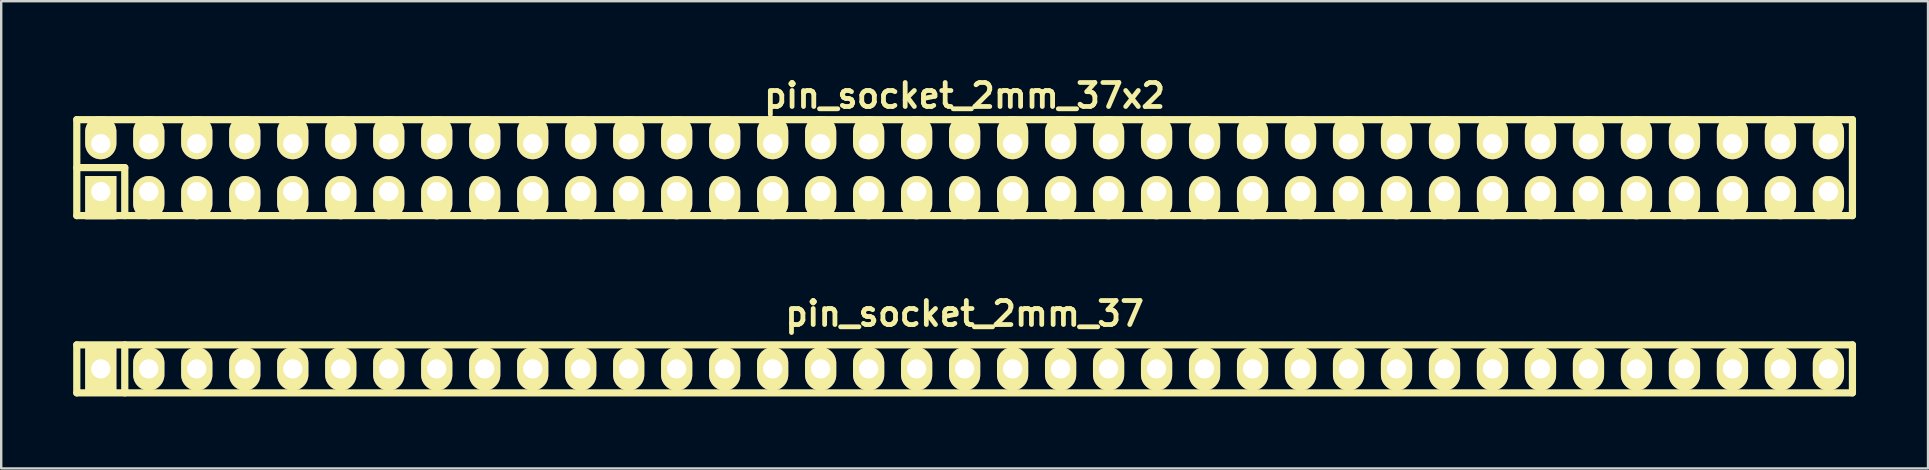
<source format=kicad_pcb>
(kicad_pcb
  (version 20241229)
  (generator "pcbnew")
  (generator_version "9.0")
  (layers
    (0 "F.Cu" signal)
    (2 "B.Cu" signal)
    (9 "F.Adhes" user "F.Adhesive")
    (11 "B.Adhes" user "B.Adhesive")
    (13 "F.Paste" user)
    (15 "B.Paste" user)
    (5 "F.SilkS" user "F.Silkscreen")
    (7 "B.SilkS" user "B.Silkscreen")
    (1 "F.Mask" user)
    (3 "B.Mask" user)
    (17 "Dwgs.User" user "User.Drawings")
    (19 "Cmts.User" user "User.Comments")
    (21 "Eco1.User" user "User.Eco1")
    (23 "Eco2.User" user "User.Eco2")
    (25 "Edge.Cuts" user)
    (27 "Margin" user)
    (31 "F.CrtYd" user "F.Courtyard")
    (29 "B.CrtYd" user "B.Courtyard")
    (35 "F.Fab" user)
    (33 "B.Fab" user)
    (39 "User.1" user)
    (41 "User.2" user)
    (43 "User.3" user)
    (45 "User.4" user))
  (footprint "pin_socket_2mm_37x2"
    (layer "F.Cu")
    (at 37.15 3.936)
    (property "Reference" "pin_socket_2mm_37x2" (at 0 -3 0) (layer "F.SilkS") (effects (font (size 1 1) (thickness 0.2))))
    (attr through_hole)
    (fp_line (start -37 -2) (end 37 -2) (stroke (width 0.3) (type solid)) (layer "F.SilkS"))
    (fp_line (start -37 0) (end -35 0) (stroke (width 0.3) (type solid)) (layer "F.SilkS"))
    (fp_line (start -37 2) (end -37 -2) (stroke (width 0.3) (type solid)) (layer "F.SilkS"))
    (fp_line (start -35 0) (end -35 2) (stroke (width 0.3) (type solid)) (layer "F.SilkS"))
    (fp_line (start 37 -2) (end 37 2) (stroke (width 0.3) (type solid)) (layer "F.SilkS"))
    (fp_line (start 37 2) (end -37 2) (stroke (width 0.3) (type solid)) (layer "F.SilkS"))
    (pad "1" thru_hole rect (at -36 1) (size 1.3 1.8) (drill 0.8 (offset 0 0.25)) (layers "*.Cu" "*.Mask" "F.SilkS"))
    (pad "2" thru_hole oval (at -36 -1) (size 1.3 1.8) (drill 0.8 (offset 0 -0.25)) (layers "*.Cu" "*.Mask" "F.SilkS"))
    (pad "3" thru_hole oval (at -34 1) (size 1.3 1.8) (drill 0.8 (offset 0 0.25)) (layers "*.Cu" "*.Mask" "F.SilkS"))
    (pad "4" thru_hole oval (at -34 -1) (size 1.3 1.8) (drill 0.8 (offset 0 -0.25)) (layers "*.Cu" "*.Mask" "F.SilkS"))
    (pad "5" thru_hole oval (at -32 1) (size 1.3 1.8) (drill 0.8 (offset 0 0.25)) (layers "*.Cu" "*.Mask" "F.SilkS"))
    (pad "6" thru_hole oval (at -32 -1) (size 1.3 1.8) (drill 0.8 (offset 0 -0.25)) (layers "*.Cu" "*.Mask" "F.SilkS"))
    (pad "7" thru_hole oval (at -30 1) (size 1.3 1.8) (drill 0.8 (offset 0 0.25)) (layers "*.Cu" "*.Mask" "F.SilkS"))
    (pad "8" thru_hole oval (at -30 -1) (size 1.3 1.8) (drill 0.8 (offset 0 -0.25)) (layers "*.Cu" "*.Mask" "F.SilkS"))
    (pad "9" thru_hole oval (at -28 1) (size 1.3 1.8) (drill 0.8 (offset 0 0.25)) (layers "*.Cu" "*.Mask" "F.SilkS"))
    (pad "10" thru_hole oval (at -28 -1) (size 1.3 1.8) (drill 0.8 (offset 0 -0.25)) (layers "*.Cu" "*.Mask" "F.SilkS"))
    (pad "11" thru_hole oval (at -26 1) (size 1.3 1.8) (drill 0.8 (offset 0 0.25)) (layers "*.Cu" "*.Mask" "F.SilkS"))
    (pad "12" thru_hole oval (at -26 -1) (size 1.3 1.8) (drill 0.8 (offset 0 -0.25)) (layers "*.Cu" "*.Mask" "F.SilkS"))
    (pad "13" thru_hole oval (at -24 1) (size 1.3 1.8) (drill 0.8 (offset 0 0.25)) (layers "*.Cu" "*.Mask" "F.SilkS"))
    (pad "14" thru_hole oval (at -24 -1) (size 1.3 1.8) (drill 0.8 (offset 0 -0.25)) (layers "*.Cu" "*.Mask" "F.SilkS"))
    (pad "15" thru_hole oval (at -22 1) (size 1.3 1.8) (drill 0.8 (offset 0 0.25)) (layers "*.Cu" "*.Mask" "F.SilkS"))
    (pad "16" thru_hole oval (at -22 -1) (size 1.3 1.8) (drill 0.8 (offset 0 -0.25)) (layers "*.Cu" "*.Mask" "F.SilkS"))
    (pad "17" thru_hole oval (at -20 1) (size 1.3 1.8) (drill 0.8 (offset 0 0.25)) (layers "*.Cu" "*.Mask" "F.SilkS"))
    (pad "18" thru_hole oval (at -20 -1) (size 1.3 1.8) (drill 0.8 (offset 0 -0.25)) (layers "*.Cu" "*.Mask" "F.SilkS"))
    (pad "19" thru_hole oval (at -18 1) (size 1.3 1.8) (drill 0.8 (offset 0 0.25)) (layers "*.Cu" "*.Mask" "F.SilkS"))
    (pad "20" thru_hole oval (at -18 -1) (size 1.3 1.8) (drill 0.8 (offset 0 -0.25)) (layers "*.Cu" "*.Mask" "F.SilkS"))
    (pad "21" thru_hole oval (at -16 1) (size 1.3 1.8) (drill 0.8 (offset 0 0.25)) (layers "*.Cu" "*.Mask" "F.SilkS"))
    (pad "22" thru_hole oval (at -16 -1) (size 1.3 1.8) (drill 0.8 (offset 0 -0.25)) (layers "*.Cu" "*.Mask" "F.SilkS"))
    (pad "23" thru_hole oval (at -14 1) (size 1.3 1.8) (drill 0.8 (offset 0 0.25)) (layers "*.Cu" "*.Mask" "F.SilkS"))
    (pad "24" thru_hole oval (at -14 -1) (size 1.3 1.8) (drill 0.8 (offset 0 -0.25)) (layers "*.Cu" "*.Mask" "F.SilkS"))
    (pad "25" thru_hole oval (at -12 1) (size 1.3 1.8) (drill 0.8 (offset 0 0.25)) (layers "*.Cu" "*.Mask" "F.SilkS"))
    (pad "26" thru_hole oval (at -12 -1) (size 1.3 1.8) (drill 0.8 (offset 0 -0.25)) (layers "*.Cu" "*.Mask" "F.SilkS"))
    (pad "27" thru_hole oval (at -10 1) (size 1.3 1.8) (drill 0.8 (offset 0 0.25)) (layers "*.Cu" "*.Mask" "F.SilkS"))
    (pad "28" thru_hole oval (at -10 -1) (size 1.3 1.8) (drill 0.8 (offset 0 -0.25)) (layers "*.Cu" "*.Mask" "F.SilkS"))
    (pad "29" thru_hole oval (at -8 1) (size 1.3 1.8) (drill 0.8 (offset 0 0.25)) (layers "*.Cu" "*.Mask" "F.SilkS"))
    (pad "30" thru_hole oval (at -8 -1) (size 1.3 1.8) (drill 0.8 (offset 0 -0.25)) (layers "*.Cu" "*.Mask" "F.SilkS"))
    (pad "31" thru_hole oval (at -6 1) (size 1.3 1.8) (drill 0.8 (offset 0 0.25)) (layers "*.Cu" "*.Mask" "F.SilkS"))
    (pad "32" thru_hole oval (at -6 -1) (size 1.3 1.8) (drill 0.8 (offset 0 -0.25)) (layers "*.Cu" "*.Mask" "F.SilkS"))
    (pad "33" thru_hole oval (at -4 1) (size 1.3 1.8) (drill 0.8 (offset 0 0.25)) (layers "*.Cu" "*.Mask" "F.SilkS"))
    (pad "34" thru_hole oval (at -4 -1) (size 1.3 1.8) (drill 0.8 (offset 0 -0.25)) (layers "*.Cu" "*.Mask" "F.SilkS"))
    (pad "35" thru_hole oval (at -2 1) (size 1.3 1.8) (drill 0.8 (offset 0 0.25)) (layers "*.Cu" "*.Mask" "F.SilkS"))
    (pad "36" thru_hole oval (at -2 -1) (size 1.3 1.8) (drill 0.8 (offset 0 -0.25)) (layers "*.Cu" "*.Mask" "F.SilkS"))
    (pad "37" thru_hole oval (at 0 1) (size 1.3 1.8) (drill 0.8 (offset 0 0.25)) (layers "*.Cu" "*.Mask" "F.SilkS"))
    (pad "38" thru_hole oval (at 0 -1) (size 1.3 1.8) (drill 0.8 (offset 0 -0.25)) (layers "*.Cu" "*.Mask" "F.SilkS"))
    (pad "39" thru_hole oval (at 2 1) (size 1.3 1.8) (drill 0.8 (offset 0 0.25)) (layers "*.Cu" "*.Mask" "F.SilkS"))
    (pad "40" thru_hole oval (at 2 -1) (size 1.3 1.8) (drill 0.8 (offset 0 -0.25)) (layers "*.Cu" "*.Mask" "F.SilkS"))
    (pad "41" thru_hole oval (at 4 1) (size 1.3 1.8) (drill 0.8 (offset 0 0.25)) (layers "*.Cu" "*.Mask" "F.SilkS"))
    (pad "42" thru_hole oval (at 4 -1) (size 1.3 1.8) (drill 0.8 (offset 0 -0.25)) (layers "*.Cu" "*.Mask" "F.SilkS"))
    (pad "43" thru_hole oval (at 6 1) (size 1.3 1.8) (drill 0.8 (offset 0 0.25)) (layers "*.Cu" "*.Mask" "F.SilkS"))
    (pad "44" thru_hole oval (at 6 -1) (size 1.3 1.8) (drill 0.8 (offset 0 -0.25)) (layers "*.Cu" "*.Mask" "F.SilkS"))
    (pad "45" thru_hole oval (at 8 1) (size 1.3 1.8) (drill 0.8 (offset 0 0.25)) (layers "*.Cu" "*.Mask" "F.SilkS"))
    (pad "46" thru_hole oval (at 8 -1) (size 1.3 1.8) (drill 0.8 (offset 0 -0.25)) (layers "*.Cu" "*.Mask" "F.SilkS"))
    (pad "47" thru_hole oval (at 10 1) (size 1.3 1.8) (drill 0.8 (offset 0 0.25)) (layers "*.Cu" "*.Mask" "F.SilkS"))
    (pad "48" thru_hole oval (at 10 -1) (size 1.3 1.8) (drill 0.8 (offset 0 -0.25)) (layers "*.Cu" "*.Mask" "F.SilkS"))
    (pad "49" thru_hole oval (at 12 1) (size 1.3 1.8) (drill 0.8 (offset 0 0.25)) (layers "*.Cu" "*.Mask" "F.SilkS"))
    (pad "50" thru_hole oval (at 12 -1) (size 1.3 1.8) (drill 0.8 (offset 0 -0.25)) (layers "*.Cu" "*.Mask" "F.SilkS"))
    (pad "51" thru_hole oval (at 14 1) (size 1.3 1.8) (drill 0.8 (offset 0 0.25)) (layers "*.Cu" "*.Mask" "F.SilkS"))
    (pad "52" thru_hole oval (at 14 -1) (size 1.3 1.8) (drill 0.8 (offset 0 -0.25)) (layers "*.Cu" "*.Mask" "F.SilkS"))
    (pad "53" thru_hole oval (at 16 1) (size 1.3 1.8) (drill 0.8 (offset 0 0.25)) (layers "*.Cu" "*.Mask" "F.SilkS"))
    (pad "54" thru_hole oval (at 16 -1) (size 1.3 1.8) (drill 0.8 (offset 0 -0.25)) (layers "*.Cu" "*.Mask" "F.SilkS"))
    (pad "55" thru_hole oval (at 18 1) (size 1.3 1.8) (drill 0.8 (offset 0 0.25)) (layers "*.Cu" "*.Mask" "F.SilkS"))
    (pad "56" thru_hole oval (at 18 -1) (size 1.3 1.8) (drill 0.8 (offset 0 -0.25)) (layers "*.Cu" "*.Mask" "F.SilkS"))
    (pad "57" thru_hole oval (at 20 1) (size 1.3 1.8) (drill 0.8 (offset 0 0.25)) (layers "*.Cu" "*.Mask" "F.SilkS"))
    (pad "58" thru_hole oval (at 20 -1) (size 1.3 1.8) (drill 0.8 (offset 0 -0.25)) (layers "*.Cu" "*.Mask" "F.SilkS"))
    (pad "59" thru_hole oval (at 22 1) (size 1.3 1.8) (drill 0.8 (offset 0 0.25)) (layers "*.Cu" "*.Mask" "F.SilkS"))
    (pad "60" thru_hole oval (at 22 -1) (size 1.3 1.8) (drill 0.8 (offset 0 -0.25)) (layers "*.Cu" "*.Mask" "F.SilkS"))
    (pad "61" thru_hole oval (at 24 1) (size 1.3 1.8) (drill 0.8 (offset 0 0.25)) (layers "*.Cu" "*.Mask" "F.SilkS"))
    (pad "62" thru_hole oval (at 24 -1) (size 1.3 1.8) (drill 0.8 (offset 0 -0.25)) (layers "*.Cu" "*.Mask" "F.SilkS"))
    (pad "63" thru_hole oval (at 26 1) (size 1.3 1.8) (drill 0.8 (offset 0 0.25)) (layers "*.Cu" "*.Mask" "F.SilkS"))
    (pad "64" thru_hole oval (at 26 -1) (size 1.3 1.8) (drill 0.8 (offset 0 -0.25)) (layers "*.Cu" "*.Mask" "F.SilkS"))
    (pad "65" thru_hole oval (at 28 1) (size 1.3 1.8) (drill 0.8 (offset 0 0.25)) (layers "*.Cu" "*.Mask" "F.SilkS"))
    (pad "66" thru_hole oval (at 28 -1) (size 1.3 1.8) (drill 0.8 (offset 0 -0.25)) (layers "*.Cu" "*.Mask" "F.SilkS"))
    (pad "67" thru_hole oval (at 30 1) (size 1.3 1.8) (drill 0.8 (offset 0 0.25)) (layers "*.Cu" "*.Mask" "F.SilkS"))
    (pad "68" thru_hole oval (at 30 -1) (size 1.3 1.8) (drill 0.8 (offset 0 -0.25)) (layers "*.Cu" "*.Mask" "F.SilkS"))
    (pad "69" thru_hole oval (at 32 1) (size 1.3 1.8) (drill 0.8 (offset 0 0.25)) (layers "*.Cu" "*.Mask" "F.SilkS"))
    (pad "70" thru_hole oval (at 32 -1) (size 1.3 1.8) (drill 0.8 (offset 0 -0.25)) (layers "*.Cu" "*.Mask" "F.SilkS"))
    (pad "71" thru_hole oval (at 34 1) (size 1.3 1.8) (drill 0.8 (offset 0 0.25)) (layers "*.Cu" "*.Mask" "F.SilkS"))
    (pad "72" thru_hole oval (at 34 -1) (size 1.3 1.8) (drill 0.8 (offset 0 -0.25)) (layers "*.Cu" "*.Mask" "F.SilkS"))
    (pad "73" thru_hole oval (at 36 1) (size 1.3 1.8) (drill 0.8 (offset 0 0.25)) (layers "*.Cu" "*.Mask" "F.SilkS"))
    (pad "74" thru_hole oval (at 36 -1) (size 1.3 1.8) (drill 0.8 (offset 0 -0.25)) (layers "*.Cu" "*.Mask" "F.SilkS")))
  (footprint "pin_socket_2mm_37"
    (layer "F.Cu")
    (at 37.15 12.322)
    (property "Reference" "pin_socket_2mm_37" (at 0 -2.3 0) (layer "F.SilkS") (effects (font (size 1 1) (thickness 0.2))))
    (attr through_hole)
    (fp_line (start -37 -1) (end 37 -1) (stroke (width 0.3) (type solid)) (layer "F.SilkS"))
    (fp_line (start -37 1) (end -37 -1) (stroke (width 0.3) (type solid)) (layer "F.SilkS"))
    (fp_line (start -35 -1) (end -35 1) (stroke (width 0.3) (type solid)) (layer "F.SilkS"))
    (fp_line (start 37 -1) (end 37 1) (stroke (width 0.3) (type solid)) (layer "F.SilkS"))
    (fp_line (start 37 1) (end -37 1) (stroke (width 0.3) (type solid)) (layer "F.SilkS"))
    (pad "1" thru_hole rect (at -36 0) (size 1.3 1.8) (drill 0.8) (layers "*.Cu" "*.Mask" "F.SilkS"))
    (pad "2" thru_hole oval (at -34 0) (size 1.3 1.8) (drill 0.8) (layers "*.Cu" "*.Mask" "F.SilkS"))
    (pad "3" thru_hole oval (at -32 0) (size 1.3 1.8) (drill 0.8) (layers "*.Cu" "*.Mask" "F.SilkS"))
    (pad "4" thru_hole oval (at -30 0) (size 1.3 1.8) (drill 0.8) (layers "*.Cu" "*.Mask" "F.SilkS"))
    (pad "5" thru_hole oval (at -28 0) (size 1.3 1.8) (drill 0.8) (layers "*.Cu" "*.Mask" "F.SilkS"))
    (pad "6" thru_hole oval (at -26 0) (size 1.3 1.8) (drill 0.8) (layers "*.Cu" "*.Mask" "F.SilkS"))
    (pad "7" thru_hole oval (at -24 0) (size 1.3 1.8) (drill 0.8) (layers "*.Cu" "*.Mask" "F.SilkS"))
    (pad "8" thru_hole oval (at -22 0) (size 1.3 1.8) (drill 0.8) (layers "*.Cu" "*.Mask" "F.SilkS"))
    (pad "9" thru_hole oval (at -20 0) (size 1.3 1.8) (drill 0.8) (layers "*.Cu" "*.Mask" "F.SilkS"))
    (pad "10" thru_hole oval (at -18 0) (size 1.3 1.8) (drill 0.8) (layers "*.Cu" "*.Mask" "F.SilkS"))
    (pad "11" thru_hole oval (at -16 0) (size 1.3 1.8) (drill 0.8) (layers "*.Cu" "*.Mask" "F.SilkS"))
    (pad "12" thru_hole oval (at -14 0) (size 1.3 1.8) (drill 0.8) (layers "*.Cu" "*.Mask" "F.SilkS"))
    (pad "13" thru_hole oval (at -12 0) (size 1.3 1.8) (drill 0.8) (layers "*.Cu" "*.Mask" "F.SilkS"))
    (pad "14" thru_hole oval (at -10 0) (size 1.3 1.8) (drill 0.8) (layers "*.Cu" "*.Mask" "F.SilkS"))
    (pad "15" thru_hole oval (at -8 0) (size 1.3 1.8) (drill 0.8) (layers "*.Cu" "*.Mask" "F.SilkS"))
    (pad "16" thru_hole oval (at -6 0) (size 1.3 1.8) (drill 0.8) (layers "*.Cu" "*.Mask" "F.SilkS"))
    (pad "17" thru_hole oval (at -4 0) (size 1.3 1.8) (drill 0.8) (layers "*.Cu" "*.Mask" "F.SilkS"))
    (pad "18" thru_hole oval (at -2 0) (size 1.3 1.8) (drill 0.8) (layers "*.Cu" "*.Mask" "F.SilkS"))
    (pad "19" thru_hole oval (at 0 0) (size 1.3 1.8) (drill 0.8) (layers "*.Cu" "*.Mask" "F.SilkS"))
    (pad "20" thru_hole oval (at 2 0) (size 1.3 1.8) (drill 0.8) (layers "*.Cu" "*.Mask" "F.SilkS"))
    (pad "21" thru_hole oval (at 4 0) (size 1.3 1.8) (drill 0.8) (layers "*.Cu" "*.Mask" "F.SilkS"))
    (pad "22" thru_hole oval (at 6 0) (size 1.3 1.8) (drill 0.8) (layers "*.Cu" "*.Mask" "F.SilkS"))
    (pad "23" thru_hole oval (at 8 0) (size 1.3 1.8) (drill 0.8) (layers "*.Cu" "*.Mask" "F.SilkS"))
    (pad "24" thru_hole oval (at 10 0) (size 1.3 1.8) (drill 0.8) (layers "*.Cu" "*.Mask" "F.SilkS"))
    (pad "25" thru_hole oval (at 12 0) (size 1.3 1.8) (drill 0.8) (layers "*.Cu" "*.Mask" "F.SilkS"))
    (pad "26" thru_hole oval (at 14 0) (size 1.3 1.8) (drill 0.8) (layers "*.Cu" "*.Mask" "F.SilkS"))
    (pad "27" thru_hole oval (at 16 0) (size 1.3 1.8) (drill 0.8) (layers "*.Cu" "*.Mask" "F.SilkS"))
    (pad "28" thru_hole oval (at 18 0) (size 1.3 1.8) (drill 0.8) (layers "*.Cu" "*.Mask" "F.SilkS"))
    (pad "29" thru_hole oval (at 20 0) (size 1.3 1.8) (drill 0.8) (layers "*.Cu" "*.Mask" "F.SilkS"))
    (pad "30" thru_hole oval (at 22 0) (size 1.3 1.8) (drill 0.8) (layers "*.Cu" "*.Mask" "F.SilkS"))
    (pad "31" thru_hole oval (at 24 0) (size 1.3 1.8) (drill 0.8) (layers "*.Cu" "*.Mask" "F.SilkS"))
    (pad "32" thru_hole oval (at 26 0) (size 1.3 1.8) (drill 0.8) (layers "*.Cu" "*.Mask" "F.SilkS"))
    (pad "33" thru_hole oval (at 28 0) (size 1.3 1.8) (drill 0.8) (layers "*.Cu" "*.Mask" "F.SilkS"))
    (pad "34" thru_hole oval (at 30 0) (size 1.3 1.8) (drill 0.8) (layers "*.Cu" "*.Mask" "F.SilkS"))
    (pad "35" thru_hole oval (at 32 0) (size 1.3 1.8) (drill 0.8) (layers "*.Cu" "*.Mask" "F.SilkS"))
    (pad "36" thru_hole oval (at 34 0) (size 1.3 1.8) (drill 0.8) (layers "*.Cu" "*.Mask" "F.SilkS"))
    (pad "37" thru_hole oval (at 36 0) (size 1.3 1.8) (drill 0.8) (layers "*.Cu" "*.Mask" "F.SilkS")))
  (gr_rect
    (start -3 -3)
    (end 77.3 16.472)
    (stroke (width 0.1) (type default))
    (fill no)
    (layer "Edge.Cuts")))
</source>
